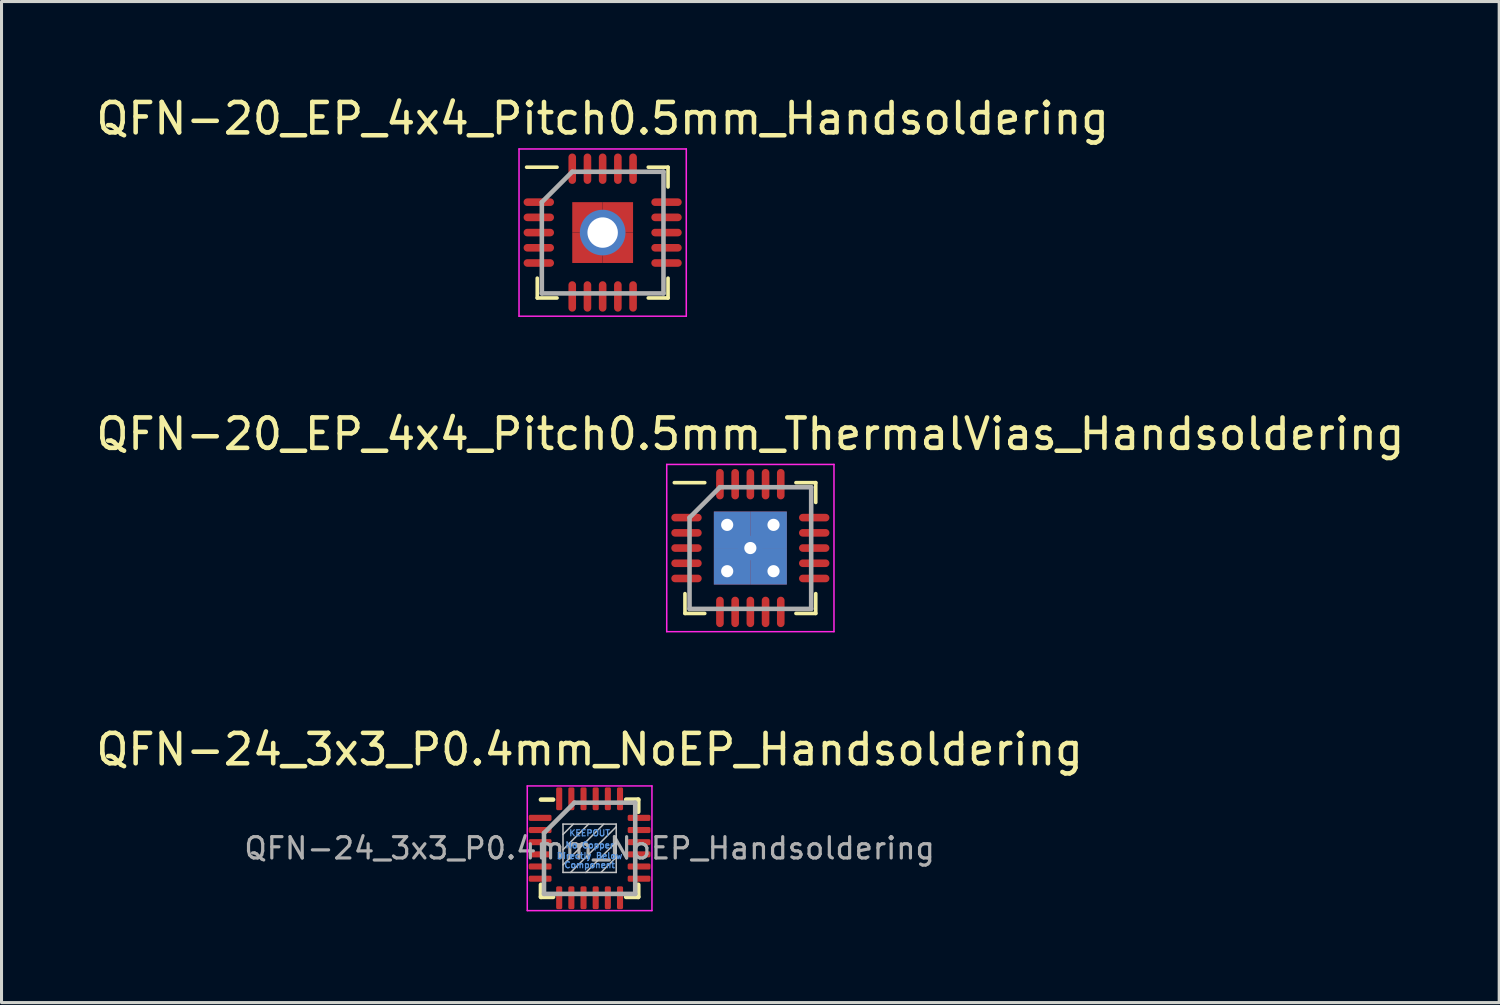
<source format=kicad_pcb>
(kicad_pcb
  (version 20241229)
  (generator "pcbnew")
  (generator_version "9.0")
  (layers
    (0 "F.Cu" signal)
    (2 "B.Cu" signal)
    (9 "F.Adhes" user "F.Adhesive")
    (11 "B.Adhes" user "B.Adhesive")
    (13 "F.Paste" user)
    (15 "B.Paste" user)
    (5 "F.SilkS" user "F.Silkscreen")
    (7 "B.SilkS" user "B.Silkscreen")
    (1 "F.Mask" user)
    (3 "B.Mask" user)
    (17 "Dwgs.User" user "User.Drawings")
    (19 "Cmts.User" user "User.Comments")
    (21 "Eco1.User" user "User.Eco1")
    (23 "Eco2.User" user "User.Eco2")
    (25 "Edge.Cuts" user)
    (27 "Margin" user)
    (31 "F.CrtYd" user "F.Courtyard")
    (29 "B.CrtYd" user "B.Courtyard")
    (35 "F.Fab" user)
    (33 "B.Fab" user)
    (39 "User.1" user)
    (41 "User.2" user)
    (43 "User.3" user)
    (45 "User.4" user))
  (footprint "QFN-20_EP_4x4_Pitch0.5mm_Handsoldering"
    (layer "F.Cu")
    (at 16.768 4.598)
    (property "Reference" "QFN-20_EP_4x4_Pitch0.5mm_Handsoldering" (at 0 -3.75 0) (layer "F.SilkS") (effects (font (size 1 1) (thickness 0.15))))
    (attr smd)
    (fp_line (start -2.15 2.15) (end -2.15 1.5) (stroke (width 0.12) (type solid)) (layer "F.SilkS"))
    (fp_line (start -1.5 -2.15) (end -2.5 -2.15) (stroke (width 0.12) (type solid)) (layer "F.SilkS"))
    (fp_line (start -1.5 2.15) (end -2.15 2.15) (stroke (width 0.12) (type solid)) (layer "F.SilkS"))
    (fp_line (start 1.5 -2.15) (end 2.15 -2.15) (stroke (width 0.12) (type solid)) (layer "F.SilkS"))
    (fp_line (start 1.5 2.15) (end 2.15 2.15) (stroke (width 0.12) (type solid)) (layer "F.SilkS"))
    (fp_line (start 2.15 -2.15) (end 2.15 -1.5) (stroke (width 0.12) (type solid)) (layer "F.SilkS"))
    (fp_line (start 2.15 2.15) (end 2.15 1.5) (stroke (width 0.12) (type solid)) (layer "F.SilkS"))
    (fp_line (start -2.75 -2.75) (end 2.75 -2.75) (stroke (width 0.05) (type solid)) (layer "F.CrtYd"))
    (fp_line (start -2.75 2.75) (end -2.75 -2.75) (stroke (width 0.05) (type solid)) (layer "F.CrtYd"))
    (fp_line (start 2.75 -2.75) (end 2.75 2.75) (stroke (width 0.05) (type solid)) (layer "F.CrtYd"))
    (fp_line (start 2.75 2.75) (end -2.75 2.75) (stroke (width 0.05) (type solid)) (layer "F.CrtYd"))
    (fp_line (start -2 -1) (end -2 2) (stroke (width 0.15) (type solid)) (layer "F.Fab"))
    (fp_line (start -2 2) (end 2 2) (stroke (width 0.15) (type solid)) (layer "F.Fab"))
    (fp_line (start -1 -2) (end -2 -1) (stroke (width 0.15) (type solid)) (layer "F.Fab"))
    (fp_line (start 2 -2) (end -1 -2) (stroke (width 0.15) (type solid)) (layer "F.Fab"))
    (fp_line (start 2 2) (end 2 -2) (stroke (width 0.15) (type solid)) (layer "F.Fab"))
    (pad "1" smd oval (at -2.1 -1 90) (size 0.25 1) (layers "F.Cu" "F.Mask" "F.Paste"))
    (pad "2" smd oval (at -2.1 -0.5 90) (size 0.25 1) (layers "F.Cu" "F.Mask" "F.Paste"))
    (pad "3" smd oval (at -2.1 0 90) (size 0.25 1) (layers "F.Cu" "F.Mask" "F.Paste"))
    (pad "4" smd oval (at -2.1 0.5 90) (size 0.25 1) (layers "F.Cu" "F.Mask" "F.Paste"))
    (pad "5" smd oval (at -2.1 1 90) (size 0.25 1) (layers "F.Cu" "F.Mask" "F.Paste"))
    (pad "6" smd oval (at -1 2.1) (size 0.25 1) (layers "F.Cu" "F.Mask" "F.Paste"))
    (pad "7" smd oval (at -0.5 2.1) (size 0.25 1) (layers "F.Cu" "F.Mask" "F.Paste"))
    (pad "8" smd oval (at 0 2.1) (size 0.25 1) (layers "F.Cu" "F.Mask" "F.Paste"))
    (pad "9" smd oval (at 0.5 2.1) (size 0.25 1) (layers "F.Cu" "F.Mask" "F.Paste"))
    (pad "10" smd oval (at 1 2.1) (size 0.25 1) (layers "F.Cu" "F.Mask" "F.Paste"))
    (pad "11" smd oval (at 2.1 1 90) (size 0.25 1) (layers "F.Cu" "F.Mask" "F.Paste"))
    (pad "12" smd oval (at 2.1 0.5 90) (size 0.25 1) (layers "F.Cu" "F.Mask" "F.Paste"))
    (pad "13" smd oval (at 2.1 0 90) (size 0.25 1) (layers "F.Cu" "F.Mask" "F.Paste"))
    (pad "14" smd oval (at 2.1 -0.5 90) (size 0.25 1) (layers "F.Cu" "F.Mask" "F.Paste"))
    (pad "15" smd oval (at 2.1 -1 90) (size 0.25 1) (layers "F.Cu" "F.Mask" "F.Paste"))
    (pad "16" smd oval (at 1 -2.1) (size 0.25 1) (layers "F.Cu" "F.Mask" "F.Paste"))
    (pad "17" smd oval (at 0.5 -2.1) (size 0.25 1) (layers "F.Cu" "F.Mask" "F.Paste"))
    (pad "18" smd oval (at 0 -2.1) (size 0.25 1) (layers "F.Cu" "F.Mask" "F.Paste"))
    (pad "19" smd oval (at -0.5 -2.1) (size 0.25 1) (layers "F.Cu" "F.Mask" "F.Paste"))
    (pad "20" smd oval (at -1 -2.1) (size 0.25 1) (layers "F.Cu" "F.Mask" "F.Paste"))
    (pad "21" smd rect (at -0.5 -0.5) (size 1 1) (layers "F.Cu" "F.Mask" "F.Paste"))
    (pad "21" smd rect (at -0.5 0.5) (size 1 1) (layers "F.Cu" "F.Mask" "F.Paste"))
    (pad "21" thru_hole circle (at 0 0) (size 1.5 1.5) (drill 1) (layers "*.Cu" "*.Mask"))
    (pad "21" smd rect (at 0.5 -0.5) (size 1 1) (layers "F.Cu" "F.Mask" "F.Paste"))
    (pad "21" smd rect (at 0.5 0.5) (size 1 1) (layers "F.Cu" "F.Mask" "F.Paste")))
  (footprint "QFN-24_3x3_P0.4mm_NoEP_Handsoldering"
    (layer "F.Cu")
    (at 16.339 24.845)
    (property "Reference" "QFN-24_3x3_P0.4mm_NoEP_Handsoldering" (at 0 -3.25 0) (layer "F.SilkS") (effects (font (size 1 1) (thickness 0.15))))
    (attr smd)
    (fp_line (start -1.6 -1.6) (end -1.2 -1.6) (stroke (width 0.15) (type solid)) (layer "F.SilkS"))
    (fp_line (start -1.6 1.6) (end -1.6 1.2) (stroke (width 0.15) (type solid)) (layer "F.SilkS"))
    (fp_line (start -1.6 1.6) (end -1.2 1.6) (stroke (width 0.15) (type solid)) (layer "F.SilkS"))
    (fp_line (start 1.6 -1.6) (end 1.2 -1.6) (stroke (width 0.15) (type solid)) (layer "F.SilkS"))
    (fp_line (start 1.6 -1.6) (end 1.6 -1.2) (stroke (width 0.15) (type solid)) (layer "F.SilkS"))
    (fp_line (start 1.6 1.6) (end 1.2 1.6) (stroke (width 0.15) (type solid)) (layer "F.SilkS"))
    (fp_line (start 1.6 1.6) (end 1.6 1.2) (stroke (width 0.15) (type solid)) (layer "F.SilkS"))
    (fp_line (start -0.875 -0.795) (end -0.875 0.795) (stroke (width 0.05) (type solid)) (layer "Dwgs.User"))
    (fp_line (start -0.875 -0.795) (end 0.875 -0.795) (stroke (width 0.05) (type solid)) (layer "Dwgs.User"))
    (fp_line (start -0.875 0.795) (end 0.875 0.795) (stroke (width 0.05) (type solid)) (layer "Dwgs.User"))
    (fp_line (start -0.535 -0.795) (end -0.875 -0.455) (stroke (width 0.05) (type solid)) (layer "Dwgs.User"))
    (fp_line (start -0.035 -0.795) (end -0.875 0.045) (stroke (width 0.05) (type solid)) (layer "Dwgs.User"))
    (fp_line (start 0.465 -0.795) (end -0.875 0.545) (stroke (width 0.05) (type solid)) (layer "Dwgs.User"))
    (fp_line (start 0.875 -0.795) (end 0.875 0.795) (stroke (width 0.05) (type solid)) (layer "Dwgs.User"))
    (fp_line (start 0.875 -0.705) (end -0.625 0.795) (stroke (width 0.05) (type solid)) (layer "Dwgs.User"))
    (fp_line (start 0.875 -0.205) (end -0.125 0.795) (stroke (width 0.05) (type solid)) (layer "Dwgs.User"))
    (fp_line (start 0.875 0.295) (end 0.375 0.795) (stroke (width 0.05) (type solid)) (layer "Dwgs.User"))
    (fp_line (start -2.05 -2.05) (end 2.05 -2.05) (stroke (width 0.05) (type solid)) (layer "F.CrtYd"))
    (fp_line (start -2.05 2.05) (end -2.05 -2.05) (stroke (width 0.05) (type solid)) (layer "F.CrtYd"))
    (fp_line (start 2.05 -2.05) (end 2.05 2.05) (stroke (width 0.05) (type solid)) (layer "F.CrtYd"))
    (fp_line (start 2.05 2.05) (end -2.05 2.05) (stroke (width 0.05) (type solid)) (layer "F.CrtYd"))
    (fp_line (start -1.5 -0.5) (end -0.5 -1.5) (stroke (width 0.15) (type solid)) (layer "F.Fab"))
    (fp_line (start -1.5 1.5) (end -1.5 -0.5) (stroke (width 0.15) (type solid)) (layer "F.Fab"))
    (fp_line (start -0.5 -1.5) (end 1.5 -1.5) (stroke (width 0.15) (type solid)) (layer "F.Fab"))
    (fp_line (start 1.5 -1.5) (end 1.5 1.5) (stroke (width 0.15) (type solid)) (layer "F.Fab"))
    (fp_line (start 1.5 1.5) (end -1.5 1.5) (stroke (width 0.15) (type solid)) (layer "F.Fab"))
    (fp_text user "KEEPOUT" (at 0 -0.5 0) (layer "Cmts.User") (effects (font (size 0.2 0.2) (thickness 0.04))))
    (fp_text user "Component" (at 0 0.55 0) (layer "Cmts.User") (effects (font (size 0.2 0.2) (thickness 0.04))))
    (fp_text user "No Copper" (at 0 -0.1 0) (layer "Cmts.User") (effects (font (size 0.2 0.2) (thickness 0.04))))
    (fp_text user "Directly Below" (at 0 0.25 0) (layer "Cmts.User") (effects (font (size 0.2 0.2) (thickness 0.04))))
    (fp_text user "${REFERENCE}" (at 0 0 0) (layer "F.Fab") (effects (font (size 0.7 0.7) (thickness 0.105))))
    (pad "1" smd roundrect (at -1.627 -1) (size 0.75 0.2) (layers "F.Cu" "F.Mask" "F.Paste") (roundrect_rratio 0.25))
    (pad "2" smd roundrect (at -1.627 -0.6) (size 0.75 0.2) (layers "F.Cu" "F.Mask" "F.Paste") (roundrect_rratio 0.25))
    (pad "3" smd roundrect (at -1.627 -0.2) (size 0.75 0.2) (layers "F.Cu" "F.Mask" "F.Paste") (roundrect_rratio 0.25))
    (pad "4" smd roundrect (at -1.627 0.2) (size 0.75 0.2) (layers "F.Cu" "F.Mask" "F.Paste") (roundrect_rratio 0.25))
    (pad "5" smd roundrect (at -1.627 0.6) (size 0.75 0.2) (layers "F.Cu" "F.Mask" "F.Paste") (roundrect_rratio 0.25))
    (pad "6" smd roundrect (at -1.627 1) (size 0.75 0.2) (layers "F.Cu" "F.Mask" "F.Paste") (roundrect_rratio 0.25))
    (pad "7" smd roundrect (at -1 1.627 90) (size 0.75 0.2) (layers "F.Cu" "F.Mask" "F.Paste") (roundrect_rratio 0.25))
    (pad "8" smd roundrect (at -0.6 1.627 90) (size 0.75 0.2) (layers "F.Cu" "F.Mask" "F.Paste") (roundrect_rratio 0.25))
    (pad "9" smd roundrect (at -0.2 1.627 90) (size 0.75 0.2) (layers "F.Cu" "F.Mask" "F.Paste") (roundrect_rratio 0.25))
    (pad "10" smd roundrect (at 0.2 1.627 90) (size 0.75 0.2) (layers "F.Cu" "F.Mask" "F.Paste") (roundrect_rratio 0.25))
    (pad "11" smd roundrect (at 0.6 1.627 90) (size 0.75 0.2) (layers "F.Cu" "F.Mask" "F.Paste") (roundrect_rratio 0.25))
    (pad "12" smd roundrect (at 1 1.627 90) (size 0.75 0.2) (layers "F.Cu" "F.Mask" "F.Paste") (roundrect_rratio 0.25))
    (pad "13" smd roundrect (at 1.627 1) (size 0.75 0.2) (layers "F.Cu" "F.Mask" "F.Paste") (roundrect_rratio 0.25))
    (pad "14" smd roundrect (at 1.627 0.6) (size 0.75 0.2) (layers "F.Cu" "F.Mask" "F.Paste") (roundrect_rratio 0.25))
    (pad "15" smd roundrect (at 1.627 0.2) (size 0.75 0.2) (layers "F.Cu" "F.Mask" "F.Paste") (roundrect_rratio 0.25))
    (pad "16" smd roundrect (at 1.627 -0.2) (size 0.75 0.2) (layers "F.Cu" "F.Mask" "F.Paste") (roundrect_rratio 0.25))
    (pad "17" smd roundrect (at 1.627 -0.6) (size 0.75 0.2) (layers "F.Cu" "F.Mask" "F.Paste") (roundrect_rratio 0.25))
    (pad "18" smd roundrect (at 1.627 -1) (size 0.75 0.2) (layers "F.Cu" "F.Mask" "F.Paste") (roundrect_rratio 0.25))
    (pad "19" smd roundrect (at 1 -1.627 90) (size 0.75 0.2) (layers "F.Cu" "F.Mask" "F.Paste") (roundrect_rratio 0.25))
    (pad "20" smd roundrect (at 0.6 -1.627 90) (size 0.75 0.2) (layers "F.Cu" "F.Mask" "F.Paste") (roundrect_rratio 0.25))
    (pad "21" smd roundrect (at 0.2 -1.627 90) (size 0.75 0.2) (layers "F.Cu" "F.Mask" "F.Paste") (roundrect_rratio 0.25))
    (pad "22" smd roundrect (at -0.2 -1.627 90) (size 0.75 0.2) (layers "F.Cu" "F.Mask" "F.Paste") (roundrect_rratio 0.25))
    (pad "23" smd roundrect (at -0.6 -1.627 90) (size 0.75 0.2) (layers "F.Cu" "F.Mask" "F.Paste") (roundrect_rratio 0.25))
    (pad "24" smd roundrect (at -1 -1.627 90) (size 0.75 0.2) (layers "F.Cu" "F.Mask" "F.Paste") (roundrect_rratio 0.25)))
  (footprint "QFN-20_EP_4x4_Pitch0.5mm_ThermalVias_Handsoldering"
    (layer "F.Cu")
    (at 21.625 14.972)
    (property "Reference" "QFN-20_EP_4x4_Pitch0.5mm_ThermalVias_Handsoldering" (at 0 -3.75 0) (layer "F.SilkS") (effects (font (size 1 1) (thickness 0.15))))
    (attr smd)
    (fp_line (start -2.15 2.15) (end -2.15 1.5) (stroke (width 0.12) (type solid)) (layer "F.SilkS"))
    (fp_line (start -1.5 -2.15) (end -2.5 -2.15) (stroke (width 0.12) (type solid)) (layer "F.SilkS"))
    (fp_line (start -1.5 2.15) (end -2.15 2.15) (stroke (width 0.12) (type solid)) (layer "F.SilkS"))
    (fp_line (start 1.5 -2.15) (end 2.15 -2.15) (stroke (width 0.12) (type solid)) (layer "F.SilkS"))
    (fp_line (start 1.5 2.15) (end 2.15 2.15) (stroke (width 0.12) (type solid)) (layer "F.SilkS"))
    (fp_line (start 2.15 -2.15) (end 2.15 -1.5) (stroke (width 0.12) (type solid)) (layer "F.SilkS"))
    (fp_line (start 2.15 2.15) (end 2.15 1.5) (stroke (width 0.12) (type solid)) (layer "F.SilkS"))
    (fp_line (start -2.75 -2.75) (end 2.75 -2.75) (stroke (width 0.05) (type solid)) (layer "F.CrtYd"))
    (fp_line (start -2.75 2.75) (end -2.75 -2.75) (stroke (width 0.05) (type solid)) (layer "F.CrtYd"))
    (fp_line (start 2.75 -2.75) (end 2.75 2.75) (stroke (width 0.05) (type solid)) (layer "F.CrtYd"))
    (fp_line (start 2.75 2.75) (end -2.75 2.75) (stroke (width 0.05) (type solid)) (layer "F.CrtYd"))
    (fp_line (start -2 -1) (end -2 2) (stroke (width 0.15) (type solid)) (layer "F.Fab"))
    (fp_line (start -2 2) (end 2 2) (stroke (width 0.15) (type solid)) (layer "F.Fab"))
    (fp_line (start -1 -2) (end -2 -1) (stroke (width 0.15) (type solid)) (layer "F.Fab"))
    (fp_line (start 2 -2) (end -1 -2) (stroke (width 0.15) (type solid)) (layer "F.Fab"))
    (fp_line (start 2 2) (end 2 -2) (stroke (width 0.15) (type solid)) (layer "F.Fab"))
    (pad "1" smd oval (at -2.1 -1 90) (size 0.25 1) (layers "F.Cu" "F.Mask" "F.Paste"))
    (pad "2" smd oval (at -2.1 -0.5 90) (size 0.25 1) (layers "F.Cu" "F.Mask" "F.Paste"))
    (pad "3" smd oval (at -2.1 0 90) (size 0.25 1) (layers "F.Cu" "F.Mask" "F.Paste"))
    (pad "4" smd oval (at -2.1 0.5 90) (size 0.25 1) (layers "F.Cu" "F.Mask" "F.Paste"))
    (pad "5" smd oval (at -2.1 1 90) (size 0.25 1) (layers "F.Cu" "F.Mask" "F.Paste"))
    (pad "6" smd oval (at -1 2.1) (size 0.25 1) (layers "F.Cu" "F.Mask" "F.Paste"))
    (pad "7" smd oval (at -0.5 2.1) (size 0.25 1) (layers "F.Cu" "F.Mask" "F.Paste"))
    (pad "8" smd oval (at 0 2.1) (size 0.25 1) (layers "F.Cu" "F.Mask" "F.Paste"))
    (pad "9" smd oval (at 0.5 2.1) (size 0.25 1) (layers "F.Cu" "F.Mask" "F.Paste"))
    (pad "10" smd oval (at 1 2.1) (size 0.25 1) (layers "F.Cu" "F.Mask" "F.Paste"))
    (pad "11" smd oval (at 2.1 1 90) (size 0.25 1) (layers "F.Cu" "F.Mask" "F.Paste"))
    (pad "12" smd oval (at 2.1 0.5 90) (size 0.25 1) (layers "F.Cu" "F.Mask" "F.Paste"))
    (pad "13" smd oval (at 2.1 0 90) (size 0.25 1) (layers "F.Cu" "F.Mask" "F.Paste"))
    (pad "14" smd oval (at 2.1 -0.5 90) (size 0.25 1) (layers "F.Cu" "F.Mask" "F.Paste"))
    (pad "15" smd oval (at 2.1 -1 90) (size 0.25 1) (layers "F.Cu" "F.Mask" "F.Paste"))
    (pad "16" smd oval (at 1 -2.1) (size 0.25 1) (layers "F.Cu" "F.Mask" "F.Paste"))
    (pad "17" smd oval (at 0.5 -2.1) (size 0.25 1) (layers "F.Cu" "F.Mask" "F.Paste"))
    (pad "18" smd oval (at 0 -2.1) (size 0.25 1) (layers "F.Cu" "F.Mask" "F.Paste"))
    (pad "19" smd oval (at -0.5 -2.1) (size 0.25 1) (layers "F.Cu" "F.Mask" "F.Paste"))
    (pad "20" smd oval (at -1 -2.1) (size 0.25 1) (layers "F.Cu" "F.Mask" "F.Paste"))
    (pad "21" thru_hole circle (at -0.762 -0.762) (size 0.8 0.8) (drill 0.4) (layers "*.Cu" "*.Mask"))
    (pad "21" thru_hole circle (at -0.762 0.762) (size 0.8 0.8) (drill 0.4) (layers "*.Cu" "*.Mask"))
    (pad "21" smd rect (at -0.6 -0.6) (size 1.2 1.2) (layers "F.Cu" "F.Mask" "F.Paste"))
    (pad "21" smd rect (at -0.6 -0.6) (size 1.2 1.2) (layers "F.Mask" "B.Cu" "F.Paste"))
    (pad "21" smd rect (at -0.6 0.6) (size 1.2 1.2) (layers "F.Cu" "F.Mask" "F.Paste"))
    (pad "21" smd rect (at -0.6 0.6) (size 1.2 1.2) (layers "F.Mask" "B.Cu" "F.Paste"))
    (pad "21" thru_hole circle (at 0 0) (size 0.8 0.8) (drill 0.4) (layers "*.Cu" "*.Mask"))
    (pad "21" smd rect (at 0.6 -0.6) (size 1.2 1.2) (layers "F.Cu" "F.Mask" "F.Paste"))
    (pad "21" smd rect (at 0.6 -0.6) (size 1.2 1.2) (layers "F.Mask" "B.Cu" "F.Paste"))
    (pad "21" smd rect (at 0.6 0.6) (size 1.2 1.2) (layers "F.Cu" "F.Mask" "F.Paste"))
    (pad "21" smd rect (at 0.6 0.6) (size 1.2 1.2) (layers "F.Mask" "B.Cu" "F.Paste"))
    (pad "21" thru_hole circle (at 0.762 -0.762) (size 0.8 0.8) (drill 0.4) (layers "*.Cu" "*.Mask"))
    (pad "21" thru_hole circle (at 0.762 0.762) (size 0.8 0.8) (drill 0.4) (layers "*.Cu" "*.Mask")))
  (gr_rect
    (start -3 -3)
    (end 46.25 29.92)
    (stroke (width 0.1) (type default))
    (fill no)
    (layer "Edge.Cuts")))
</source>
